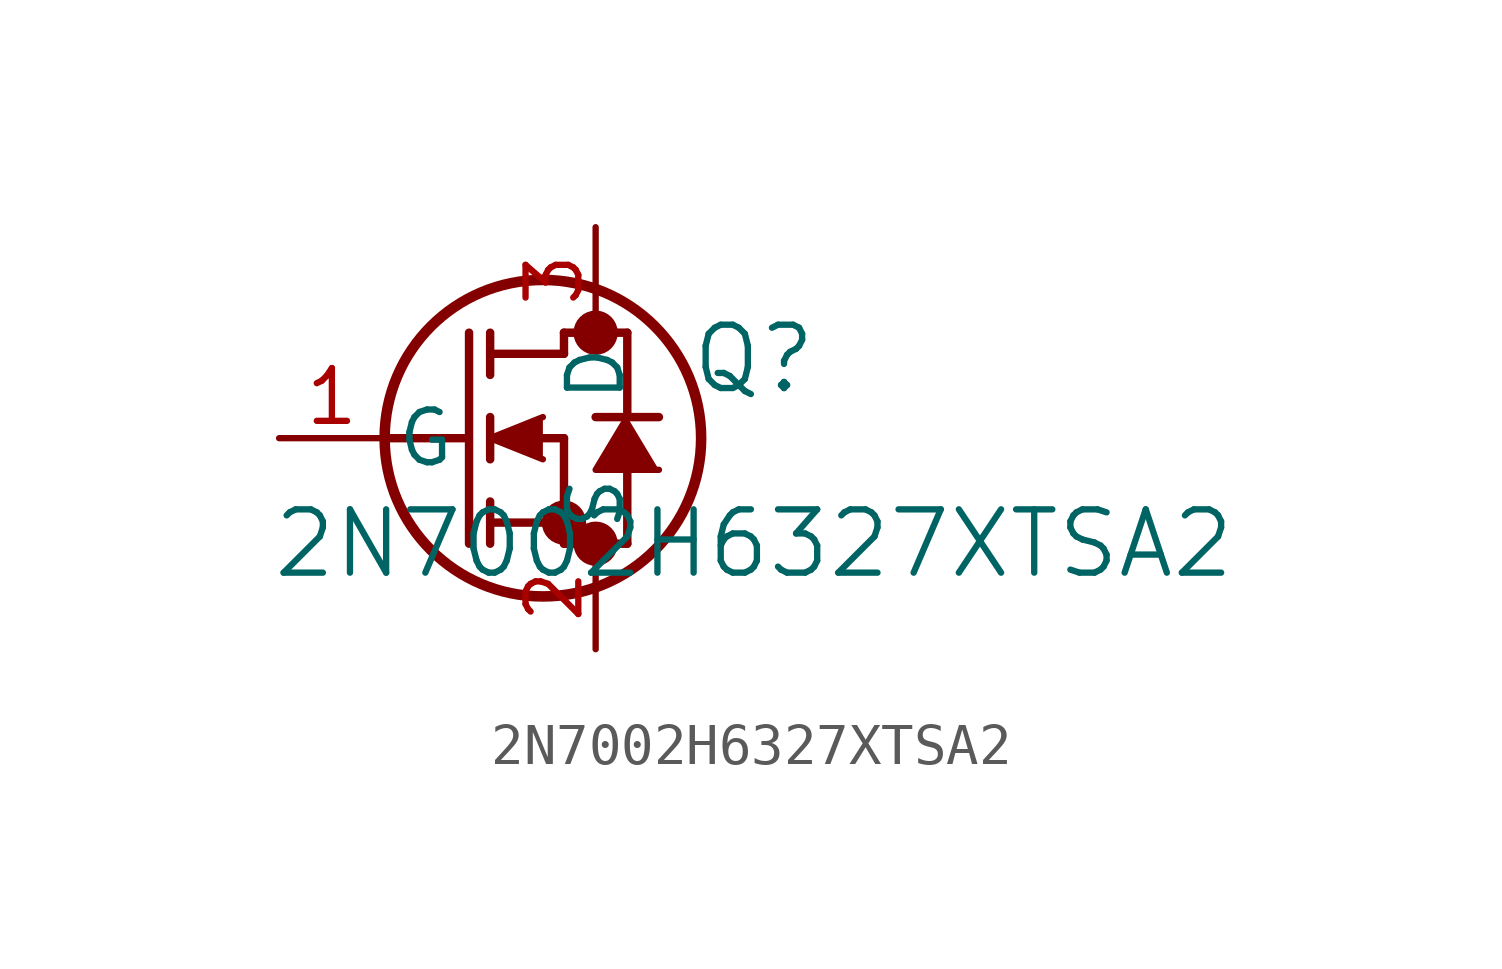
<source format=kicad_sym>
(kicad_symbol_lib
  (version 20231120)
  (generator "kicad_symbol_editor")
  (generator_version "8.0")
  (symbol "2N7002H6327XTSA2"
    (pin_names
      (offset 0.254))
    (property "Reference" "Q"
      (at 11.43 1.905 0)
      (effects (font (size 1.524 1.524))))
    (property "Value" "2N7002H6327XTSA2"
      (at 11.43 -2.54 0)
      (effects (font (size 1.524 1.524))))
    (property "ki_locked" ""
      (at 0 0 0)
      (effects (font (size 1.27 1.27))))
    (symbol "2N7002H6327XTSA2_0_1"
      (polyline (pts (xy 2.54 0) (xy 4.445 0)) (stroke (width 0.203) (type default)) (fill (type none)))
      (polyline (pts (xy 4.572 -2.54) (xy 4.572 2.54)) (stroke (width 0.203) (type default)) (fill (type none)))
      (polyline (pts (xy 5.08 -2.54) (xy 5.08 -1.524)) (stroke (width 0.203) (type default)) (fill (type none)))
      (polyline (pts (xy 5.08 -2.032) (xy 6.858 -2.032)) (stroke (width 0.203) (type default)) (fill (type none)))
      (polyline (pts (xy 5.08 -0.508) (xy 5.08 0.508)) (stroke (width 0.203) (type default)) (fill (type none)))
      (polyline (pts (xy 5.08 1.524) (xy 5.08 2.54)) (stroke (width 0.203) (type default)) (fill (type none)))
      (polyline (pts (xy 5.08 2.032) (xy 6.858 2.032)) (stroke (width 0.203) (type default)) (fill (type none)))
      (polyline (pts (xy 6.35 0) (xy 6.858 0)) (stroke (width 0.203) (type default)) (fill (type none)))
      (polyline (pts (xy 6.858 -2.54) (xy 6.858 0)) (stroke (width 0.203) (type default)) (fill (type none)))
      (polyline (pts (xy 6.858 -2.54) (xy 8.382 -2.54)) (stroke (width 0.203) (type default)) (fill (type none)))
      (polyline (pts (xy 6.858 2.032) (xy 6.858 2.54)) (stroke (width 0.203) (type default)) (fill (type none)))
      (polyline (pts (xy 6.858 2.54) (xy 8.382 2.54)) (stroke (width 0.203) (type default)) (fill (type none)))
      (polyline (pts (xy 8.382 -2.54) (xy 8.382 -0.762)) (stroke (width 0.203) (type default)) (fill (type none)))
      (polyline (pts (xy 8.382 0.508) (xy 8.382 2.54)) (stroke (width 0.203) (type default)) (fill (type none)))
      (polyline (pts (xy 9.144 0.508) (xy 7.62 0.508)) (stroke (width 0.203) (type default)) (fill (type none)))
      (polyline (pts (xy 6.35 0.508) (xy 5.08 0) (xy 6.35 -0.508)) (stroke (width 0) (type default)) (fill (type outline)))
      (polyline (pts (xy 9.144 -0.762) (xy 7.62 -0.762) (xy 8.382 0.508)) (stroke (width 0) (type default)) (fill (type outline)))
      (circle (center 6.35 0) (radius 3.81) (stroke (width 0.254) (type default)) (fill (type none)))
      (circle (center 6.858 -2.032) (radius 0.025) (stroke (width 0.508) (type default)) (fill (type none)))
      (circle (center 7.62 -2.54) (radius 0.025) (stroke (width 0.508) (type default)) (fill (type none)))
      (circle (center 7.62 2.54) (radius 0.025) (stroke (width 0.508) (type default)) (fill (type none)))
      (pin passive line (at 0 0 0) (length 2.54) (name "G" (effects (font (size 1.27 1.27)))) (number "1" (effects (font (size 1.27 1.27)))))
      (pin passive line (at 7.62 -5.08 90) (length 2.54) (name "S" (effects (font (size 1.27 1.27)))) (number "2" (effects (font (size 1.27 1.27)))))
      (pin passive line (at 7.62 5.08 270) (length 2.54) (name "D" (effects (font (size 1.27 1.27)))) (number "3" (effects (font (size 1.27 1.27))))))))
</source>
